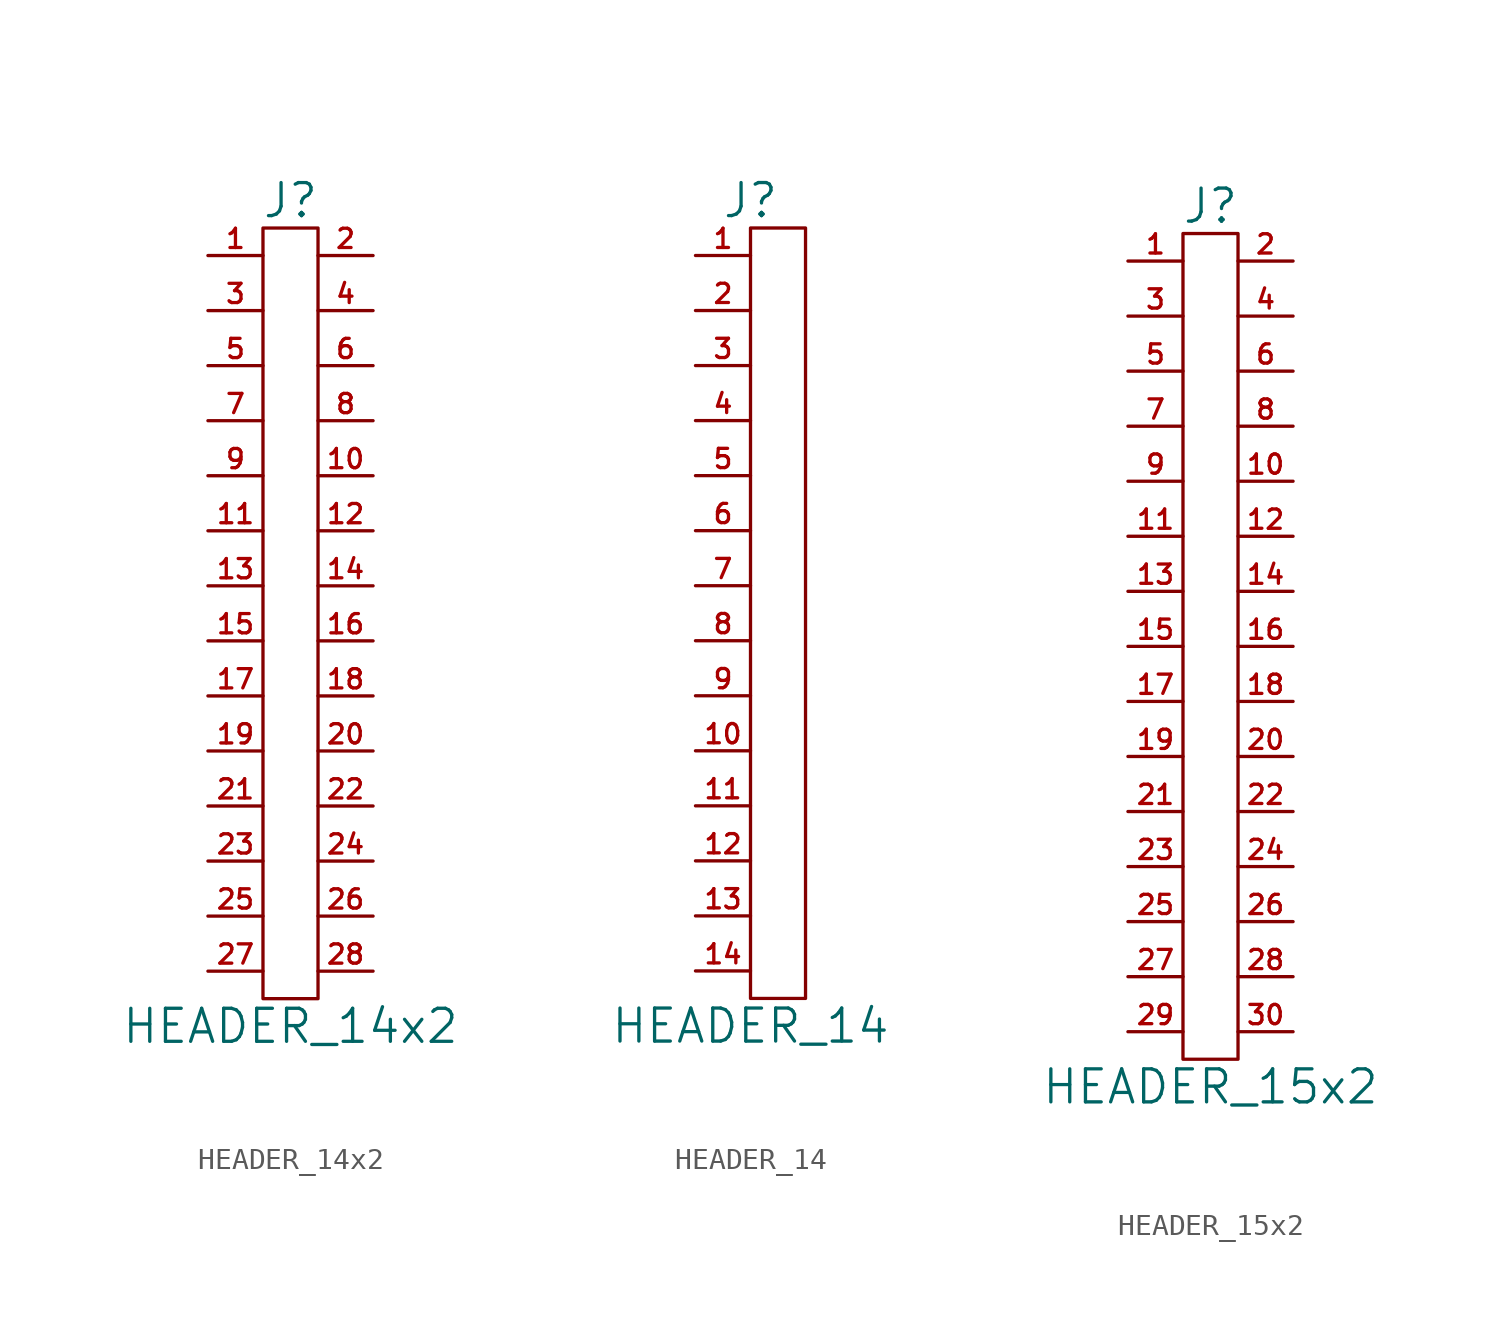
<source format=kicad_sym>
(kicad_symbol_lib
  (version 20211014)
  (generator kicad_symbol_editor)
  (symbol "HEADER_14x2"
    (pin_names
      (offset 0))
    (property "Reference" "J"
      (at 0 19.05 0)
      (effects (font (size 1.524 1.524))))
    (property "Value" "HEADER_14x2"
      (at 0 -19.05 0)
      (effects (font (size 1.524 1.524))))
    (property "Footprint" ""
      (at 0 -1.27 0)
      (effects (font (size 1.524 1.524))))
    (property "Datasheet" ""
      (at 0 -1.27 0)
      (effects (font (size 1.524 1.524))))
    (symbol "HEADER_14x2_0_1"
      (rectangle (start -1.27 17.78) (end 1.27 -17.78) (stroke (width 0) (type default) (color 0 0 0 0)) (fill (type none))))
    (symbol "HEADER_14x2_1_1"
      (pin passive line (at -3.81 16.51 0) (length 2.54) (name "~" (effects (font (size 0.889 0.889)))) (number "1" (effects (font (size 0.889 0.889)))))
      (pin passive line (at 3.81 6.35 180) (length 2.54) (name "~" (effects (font (size 1.27 1.27)))) (number "10" (effects (font (size 0.889 0.889)))))
      (pin passive line (at -3.81 3.81 0) (length 2.54) (name "~" (effects (font (size 1.27 1.27)))) (number "11" (effects (font (size 0.889 0.889)))))
      (pin passive line (at 3.81 3.81 180) (length 2.54) (name "~" (effects (font (size 1.27 1.27)))) (number "12" (effects (font (size 0.889 0.889)))))
      (pin passive line (at -3.81 1.27 0) (length 2.54) (name "~" (effects (font (size 1.27 1.27)))) (number "13" (effects (font (size 0.889 0.889)))))
      (pin passive line (at 3.81 1.27 180) (length 2.54) (name "~" (effects (font (size 1.27 1.27)))) (number "14" (effects (font (size 0.889 0.889)))))
      (pin passive line (at -3.81 -1.27 0) (length 2.54) (name "~" (effects (font (size 1.27 1.27)))) (number "15" (effects (font (size 0.889 0.889)))))
      (pin passive line (at 3.81 -1.27 180) (length 2.54) (name "~" (effects (font (size 1.27 1.27)))) (number "16" (effects (font (size 0.889 0.889)))))
      (pin passive line (at -3.81 -3.81 0) (length 2.54) (name "~" (effects (font (size 1.27 1.27)))) (number "17" (effects (font (size 0.889 0.889)))))
      (pin passive line (at 3.81 -3.81 180) (length 2.54) (name "~" (effects (font (size 1.27 1.27)))) (number "18" (effects (font (size 0.889 0.889)))))
      (pin passive line (at -3.81 -6.35 0) (length 2.54) (name "~" (effects (font (size 1.27 1.27)))) (number "19" (effects (font (size 0.889 0.889)))))
      (pin passive line (at 3.81 16.51 180) (length 2.54) (name "~" (effects (font (size 1.27 1.27)))) (number "2" (effects (font (size 0.889 0.889)))))
      (pin passive line (at 3.81 -6.35 180) (length 2.54) (name "~" (effects (font (size 1.27 1.27)))) (number "20" (effects (font (size 0.889 0.889)))))
      (pin passive line (at -3.81 -8.89 0) (length 2.54) (name "~" (effects (font (size 1.27 1.27)))) (number "21" (effects (font (size 0.889 0.889)))))
      (pin passive line (at 3.81 -8.89 180) (length 2.54) (name "~" (effects (font (size 1.27 1.27)))) (number "22" (effects (font (size 0.889 0.889)))))
      (pin passive line (at -3.81 -11.43 0) (length 2.54) (name "~" (effects (font (size 1.27 1.27)))) (number "23" (effects (font (size 0.889 0.889)))))
      (pin passive line (at 3.81 -11.43 180) (length 2.54) (name "~" (effects (font (size 1.27 1.27)))) (number "24" (effects (font (size 0.889 0.889)))))
      (pin passive line (at -3.81 -13.97 0) (length 2.54) (name "~" (effects (font (size 1.27 1.27)))) (number "25" (effects (font (size 0.889 0.889)))))
      (pin passive line (at 3.81 -13.97 180) (length 2.54) (name "~" (effects (font (size 1.27 1.27)))) (number "26" (effects (font (size 0.889 0.889)))))
      (pin passive line (at -3.81 -16.51 0) (length 2.54) (name "~" (effects (font (size 1.27 1.27)))) (number "27" (effects (font (size 0.889 0.889)))))
      (pin passive line (at 3.81 -16.51 180) (length 2.54) (name "~" (effects (font (size 1.27 1.27)))) (number "28" (effects (font (size 0.889 0.889)))))
      (pin passive line (at -3.81 13.97 0) (length 2.54) (name "~" (effects (font (size 1.27 1.27)))) (number "3" (effects (font (size 0.889 0.889)))))
      (pin passive line (at 3.81 13.97 180) (length 2.54) (name "~" (effects (font (size 1.27 1.27)))) (number "4" (effects (font (size 0.889 0.889)))))
      (pin passive line (at -3.81 11.43 0) (length 2.54) (name "~" (effects (font (size 1.27 1.27)))) (number "5" (effects (font (size 0.889 0.889)))))
      (pin passive line (at 3.81 11.43 180) (length 2.54) (name "~" (effects (font (size 1.27 1.27)))) (number "6" (effects (font (size 0.889 0.889)))))
      (pin passive line (at -3.81 8.89 0) (length 2.54) (name "~" (effects (font (size 1.27 1.27)))) (number "7" (effects (font (size 0.889 0.889)))))
      (pin passive line (at 3.81 8.89 180) (length 2.54) (name "~" (effects (font (size 1.27 1.27)))) (number "8" (effects (font (size 0.889 0.889)))))
      (pin passive line (at -3.81 6.35 0) (length 2.54) (name "~" (effects (font (size 1.27 1.27)))) (number "9" (effects (font (size 0.889 0.889)))))))
  (symbol "HEADER_14"
    (pin_names
      (offset 0))
    (property "Reference" "J"
      (at 0 19.05 0)
      (effects (font (size 1.524 1.524))))
    (property "Value" "HEADER_14"
      (at 0 -19.05 0)
      (effects (font (size 1.524 1.524))))
    (property "Footprint" ""
      (at 0 0 0)
      (effects (font (size 1.524 1.524))))
    (property "Datasheet" ""
      (at 0 0 0)
      (effects (font (size 1.524 1.524))))
    (symbol "HEADER_14_0_1"
      (rectangle (start 2.54 17.78) (end 0 -17.78) (stroke (width 0) (type default) (color 0 0 0 0)) (fill (type none))))
    (symbol "HEADER_14_1_1"
      (pin passive line (at -2.54 16.51 0) (length 2.54) (name "~" (effects (font (size 1.27 1.27)))) (number "1" (effects (font (size 0.889 0.889)))))
      (pin passive line (at -2.54 -6.35 0) (length 2.54) (name "~" (effects (font (size 1.27 1.27)))) (number "10" (effects (font (size 0.889 0.889)))))
      (pin passive line (at -2.54 -8.89 0) (length 2.54) (name "~" (effects (font (size 1.27 1.27)))) (number "11" (effects (font (size 0.889 0.889)))))
      (pin passive line (at -2.54 -11.43 0) (length 2.54) (name "~" (effects (font (size 1.27 1.27)))) (number "12" (effects (font (size 0.889 0.889)))))
      (pin passive line (at -2.54 -13.97 0) (length 2.54) (name "~" (effects (font (size 1.27 1.27)))) (number "13" (effects (font (size 0.889 0.889)))))
      (pin passive line (at -2.54 -16.51 0) (length 2.54) (name "~" (effects (font (size 1.27 1.27)))) (number "14" (effects (font (size 0.889 0.889)))))
      (pin passive line (at -2.54 13.97 0) (length 2.54) (name "~" (effects (font (size 1.27 1.27)))) (number "2" (effects (font (size 0.889 0.889)))))
      (pin passive line (at -2.54 11.43 0) (length 2.54) (name "~" (effects (font (size 1.27 1.27)))) (number "3" (effects (font (size 0.889 0.889)))))
      (pin passive line (at -2.54 8.89 0) (length 2.54) (name "~" (effects (font (size 1.27 1.27)))) (number "4" (effects (font (size 0.889 0.889)))))
      (pin passive line (at -2.54 6.35 0) (length 2.54) (name "~" (effects (font (size 1.27 1.27)))) (number "5" (effects (font (size 0.889 0.889)))))
      (pin passive line (at -2.54 3.81 0) (length 2.54) (name "~" (effects (font (size 1.27 1.27)))) (number "6" (effects (font (size 0.889 0.889)))))
      (pin passive line (at -2.54 1.27 0) (length 2.54) (name "~" (effects (font (size 1.27 1.27)))) (number "7" (effects (font (size 0.889 0.889)))))
      (pin passive line (at -2.54 -1.27 0) (length 2.54) (name "~" (effects (font (size 1.27 1.27)))) (number "8" (effects (font (size 0.889 0.889)))))
      (pin passive line (at -2.54 -3.81 0) (length 2.54) (name "~" (effects (font (size 1.27 1.27)))) (number "9" (effects (font (size 0.889 0.889)))))))
  (symbol "HEADER_15x2"
    (pin_names
      (offset 0))
    (property "Reference" "J"
      (at 0 20.32 0)
      (effects (font (size 1.524 1.524))))
    (property "Value" "HEADER_15x2"
      (at 0 -20.32 0)
      (effects (font (size 1.524 1.524))))
    (property "Footprint" ""
      (at 0 0 0)
      (effects (font (size 1.524 1.524))))
    (property "Datasheet" ""
      (at 0 0 0)
      (effects (font (size 1.524 1.524))))
    (symbol "HEADER_15x2_0_1"
      (rectangle (start -1.27 19.05) (end 1.27 -19.05) (stroke (width 0) (type default) (color 0 0 0 0)) (fill (type none))))
    (symbol "HEADER_15x2_1_1"
      (pin passive line (at -3.81 17.78 0) (length 2.54) (name "~" (effects (font (size 0.889 0.889)))) (number "1" (effects (font (size 0.889 0.889)))))
      (pin passive line (at 3.81 7.62 180) (length 2.54) (name "~" (effects (font (size 1.27 1.27)))) (number "10" (effects (font (size 0.889 0.889)))))
      (pin passive line (at -3.81 5.08 0) (length 2.54) (name "~" (effects (font (size 1.27 1.27)))) (number "11" (effects (font (size 0.889 0.889)))))
      (pin passive line (at 3.81 5.08 180) (length 2.54) (name "~" (effects (font (size 1.27 1.27)))) (number "12" (effects (font (size 0.889 0.889)))))
      (pin passive line (at -3.81 2.54 0) (length 2.54) (name "~" (effects (font (size 1.27 1.27)))) (number "13" (effects (font (size 0.889 0.889)))))
      (pin passive line (at 3.81 2.54 180) (length 2.54) (name "~" (effects (font (size 1.27 1.27)))) (number "14" (effects (font (size 0.889 0.889)))))
      (pin passive line (at -3.81 0 0) (length 2.54) (name "~" (effects (font (size 1.27 1.27)))) (number "15" (effects (font (size 0.889 0.889)))))
      (pin passive line (at 3.81 0 180) (length 2.54) (name "~" (effects (font (size 1.27 1.27)))) (number "16" (effects (font (size 0.889 0.889)))))
      (pin passive line (at -3.81 -2.54 0) (length 2.54) (name "~" (effects (font (size 1.27 1.27)))) (number "17" (effects (font (size 0.889 0.889)))))
      (pin passive line (at 3.81 -2.54 180) (length 2.54) (name "~" (effects (font (size 1.27 1.27)))) (number "18" (effects (font (size 0.889 0.889)))))
      (pin passive line (at -3.81 -5.08 0) (length 2.54) (name "~" (effects (font (size 1.27 1.27)))) (number "19" (effects (font (size 0.889 0.889)))))
      (pin passive line (at 3.81 17.78 180) (length 2.54) (name "~" (effects (font (size 1.27 1.27)))) (number "2" (effects (font (size 0.889 0.889)))))
      (pin passive line (at 3.81 -5.08 180) (length 2.54) (name "~" (effects (font (size 1.27 1.27)))) (number "20" (effects (font (size 0.889 0.889)))))
      (pin passive line (at -3.81 -7.62 0) (length 2.54) (name "~" (effects (font (size 1.27 1.27)))) (number "21" (effects (font (size 0.889 0.889)))))
      (pin passive line (at 3.81 -7.62 180) (length 2.54) (name "~" (effects (font (size 1.27 1.27)))) (number "22" (effects (font (size 0.889 0.889)))))
      (pin passive line (at -3.81 -10.16 0) (length 2.54) (name "~" (effects (font (size 1.27 1.27)))) (number "23" (effects (font (size 0.889 0.889)))))
      (pin passive line (at 3.81 -10.16 180) (length 2.54) (name "~" (effects (font (size 1.27 1.27)))) (number "24" (effects (font (size 0.889 0.889)))))
      (pin passive line (at -3.81 -12.7 0) (length 2.54) (name "~" (effects (font (size 1.27 1.27)))) (number "25" (effects (font (size 0.889 0.889)))))
      (pin passive line (at 3.81 -12.7 180) (length 2.54) (name "~" (effects (font (size 1.27 1.27)))) (number "26" (effects (font (size 0.889 0.889)))))
      (pin passive line (at -3.81 -15.24 0) (length 2.54) (name "~" (effects (font (size 1.27 1.27)))) (number "27" (effects (font (size 0.889 0.889)))))
      (pin passive line (at 3.81 -15.24 180) (length 2.54) (name "~" (effects (font (size 1.27 1.27)))) (number "28" (effects (font (size 0.889 0.889)))))
      (pin passive line (at -3.81 -17.78 0) (length 2.54) (name "~" (effects (font (size 1.27 1.27)))) (number "29" (effects (font (size 0.889 0.889)))))
      (pin passive line (at -3.81 15.24 0) (length 2.54) (name "~" (effects (font (size 1.27 1.27)))) (number "3" (effects (font (size 0.889 0.889)))))
      (pin passive line (at 3.81 -17.78 180) (length 2.54) (name "~" (effects (font (size 1.27 1.27)))) (number "30" (effects (font (size 0.889 0.889)))))
      (pin passive line (at 3.81 15.24 180) (length 2.54) (name "~" (effects (font (size 1.27 1.27)))) (number "4" (effects (font (size 0.889 0.889)))))
      (pin passive line (at -3.81 12.7 0) (length 2.54) (name "~" (effects (font (size 1.27 1.27)))) (number "5" (effects (font (size 0.889 0.889)))))
      (pin passive line (at 3.81 12.7 180) (length 2.54) (name "~" (effects (font (size 1.27 1.27)))) (number "6" (effects (font (size 0.889 0.889)))))
      (pin passive line (at -3.81 10.16 0) (length 2.54) (name "~" (effects (font (size 1.27 1.27)))) (number "7" (effects (font (size 0.889 0.889)))))
      (pin passive line (at 3.81 10.16 180) (length 2.54) (name "~" (effects (font (size 1.27 1.27)))) (number "8" (effects (font (size 0.889 0.889)))))
      (pin passive line (at -3.81 7.62 0) (length 2.54) (name "~" (effects (font (size 1.27 1.27)))) (number "9" (effects (font (size 0.889 0.889))))))))
</source>
